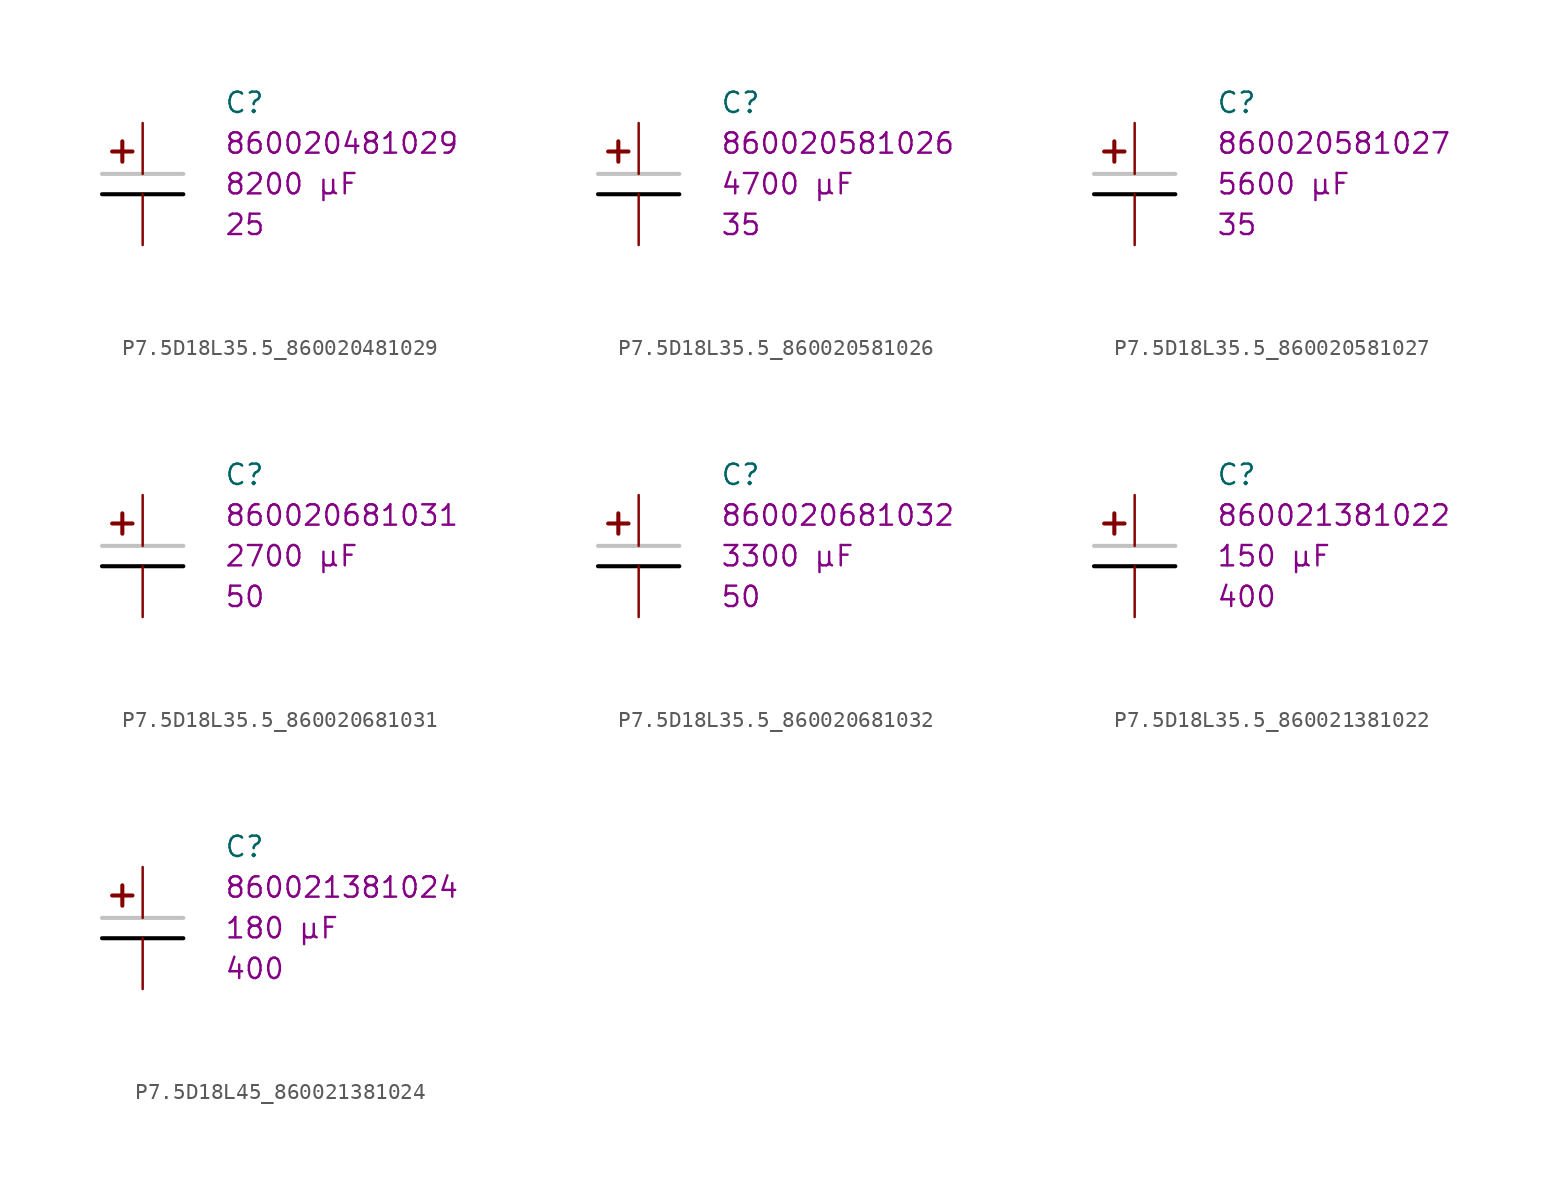
<source format=kicad_sym>
(kicad_symbol_lib
  (version 20220914)
  (generator kicad_symbol_editor)
  (symbol "P7.5D18L35.5_860020481029"
    (pin_numbers hide)
    (pin_names hide)
    (property "Reference" "C"
      (at 5.08 5.08 0)
      (effects (font (size 1.27 1.27)) (justify left)))
    (property "Part Number" "860020481029"
      (at 5.08 2.54 0)
      (effects (font (size 1.27 1.27)) (justify left)))
    (property "Capacitance" "8200 µF"
      (at 5.08 0 0)
      (effects (font (size 1.27 1.27)) (justify left)))
    (property "Voltage" "25"
      (at 5.08 -2.54 0)
      (effects (font (size 1.27 1.27)) (justify left)))
    (property "Critical Parameter" ""
      (at 0 -7.62 0)
      (effects (font (size 1.27 1.27))))
    (symbol "P7.5D18L35.5_860020481029_1_1"
      (polyline (pts (xy -1.27 2.667) (xy -1.27 1.397)) (stroke (width 0.254) (type default)) (fill (type none)))
      (polyline (pts (xy -0.635 2.032) (xy -1.905 2.032)) (stroke (width 0.254) (type default)) (fill (type none)))
      (polyline (pts (xy 2.54 -0.635) (xy -2.54 -0.635)) (stroke (width 0.254) (type default) (color 0 0 0 1)) (fill (type none)))
      (polyline (pts (xy 2.54 0.635) (xy -2.54 0.635)) (stroke (width 0.254) (type default) (color 194 194 194 1)) (fill (type none)))
      (pin passive line (at 0 3.81 270) (length 3.175) (name "1" (effects (font (size 1.27 1.27)))) (number "1" (effects (font (size 1.27 1.27)))))
      (pin passive line (at 0 -3.81 90) (length 3.175) (name "2" (effects (font (size 1.27 1.27)))) (number "2" (effects (font (size 1.27 1.27)))))))
  (symbol "P7.5D18L35.5_860020581026"
    (pin_numbers hide)
    (pin_names hide)
    (property "Reference" "C"
      (at 5.08 5.08 0)
      (effects (font (size 1.27 1.27)) (justify left)))
    (property "Part Number" "860020581026"
      (at 5.08 2.54 0)
      (effects (font (size 1.27 1.27)) (justify left)))
    (property "Capacitance" "4700 µF"
      (at 5.08 0 0)
      (effects (font (size 1.27 1.27)) (justify left)))
    (property "Voltage" "35"
      (at 5.08 -2.54 0)
      (effects (font (size 1.27 1.27)) (justify left)))
    (property "Critical Parameter" ""
      (at 0 -7.62 0)
      (effects (font (size 1.27 1.27))))
    (symbol "P7.5D18L35.5_860020581026_1_1"
      (polyline (pts (xy -1.27 2.667) (xy -1.27 1.397)) (stroke (width 0.254) (type default)) (fill (type none)))
      (polyline (pts (xy -0.635 2.032) (xy -1.905 2.032)) (stroke (width 0.254) (type default)) (fill (type none)))
      (polyline (pts (xy 2.54 -0.635) (xy -2.54 -0.635)) (stroke (width 0.254) (type default) (color 0 0 0 1)) (fill (type none)))
      (polyline (pts (xy 2.54 0.635) (xy -2.54 0.635)) (stroke (width 0.254) (type default) (color 194 194 194 1)) (fill (type none)))
      (pin passive line (at 0 3.81 270) (length 3.175) (name "1" (effects (font (size 1.27 1.27)))) (number "1" (effects (font (size 1.27 1.27)))))
      (pin passive line (at 0 -3.81 90) (length 3.175) (name "2" (effects (font (size 1.27 1.27)))) (number "2" (effects (font (size 1.27 1.27)))))))
  (symbol "P7.5D18L35.5_860020581027"
    (pin_numbers hide)
    (pin_names hide)
    (property "Reference" "C"
      (at 5.08 5.08 0)
      (effects (font (size 1.27 1.27)) (justify left)))
    (property "Part Number" "860020581027"
      (at 5.08 2.54 0)
      (effects (font (size 1.27 1.27)) (justify left)))
    (property "Capacitance" "5600 µF"
      (at 5.08 0 0)
      (effects (font (size 1.27 1.27)) (justify left)))
    (property "Voltage" "35"
      (at 5.08 -2.54 0)
      (effects (font (size 1.27 1.27)) (justify left)))
    (property "Critical Parameter" ""
      (at 0 -7.62 0)
      (effects (font (size 1.27 1.27))))
    (symbol "P7.5D18L35.5_860020581027_1_1"
      (polyline (pts (xy -1.27 2.667) (xy -1.27 1.397)) (stroke (width 0.254) (type default)) (fill (type none)))
      (polyline (pts (xy -0.635 2.032) (xy -1.905 2.032)) (stroke (width 0.254) (type default)) (fill (type none)))
      (polyline (pts (xy 2.54 -0.635) (xy -2.54 -0.635)) (stroke (width 0.254) (type default) (color 0 0 0 1)) (fill (type none)))
      (polyline (pts (xy 2.54 0.635) (xy -2.54 0.635)) (stroke (width 0.254) (type default) (color 194 194 194 1)) (fill (type none)))
      (pin passive line (at 0 3.81 270) (length 3.175) (name "1" (effects (font (size 1.27 1.27)))) (number "1" (effects (font (size 1.27 1.27)))))
      (pin passive line (at 0 -3.81 90) (length 3.175) (name "2" (effects (font (size 1.27 1.27)))) (number "2" (effects (font (size 1.27 1.27)))))))
  (symbol "P7.5D18L35.5_860020681031"
    (pin_numbers hide)
    (pin_names hide)
    (property "Reference" "C"
      (at 5.08 5.08 0)
      (effects (font (size 1.27 1.27)) (justify left)))
    (property "Part Number" "860020681031"
      (at 5.08 2.54 0)
      (effects (font (size 1.27 1.27)) (justify left)))
    (property "Capacitance" "2700 µF"
      (at 5.08 0 0)
      (effects (font (size 1.27 1.27)) (justify left)))
    (property "Voltage" "50"
      (at 5.08 -2.54 0)
      (effects (font (size 1.27 1.27)) (justify left)))
    (property "Critical Parameter" ""
      (at 0 -7.62 0)
      (effects (font (size 1.27 1.27))))
    (symbol "P7.5D18L35.5_860020681031_1_1"
      (polyline (pts (xy -1.27 2.667) (xy -1.27 1.397)) (stroke (width 0.254) (type default)) (fill (type none)))
      (polyline (pts (xy -0.635 2.032) (xy -1.905 2.032)) (stroke (width 0.254) (type default)) (fill (type none)))
      (polyline (pts (xy 2.54 -0.635) (xy -2.54 -0.635)) (stroke (width 0.254) (type default) (color 0 0 0 1)) (fill (type none)))
      (polyline (pts (xy 2.54 0.635) (xy -2.54 0.635)) (stroke (width 0.254) (type default) (color 194 194 194 1)) (fill (type none)))
      (pin passive line (at 0 3.81 270) (length 3.175) (name "1" (effects (font (size 1.27 1.27)))) (number "1" (effects (font (size 1.27 1.27)))))
      (pin passive line (at 0 -3.81 90) (length 3.175) (name "2" (effects (font (size 1.27 1.27)))) (number "2" (effects (font (size 1.27 1.27)))))))
  (symbol "P7.5D18L35.5_860020681032"
    (pin_numbers hide)
    (pin_names hide)
    (property "Reference" "C"
      (at 5.08 5.08 0)
      (effects (font (size 1.27 1.27)) (justify left)))
    (property "Part Number" "860020681032"
      (at 5.08 2.54 0)
      (effects (font (size 1.27 1.27)) (justify left)))
    (property "Capacitance" "3300 µF"
      (at 5.08 0 0)
      (effects (font (size 1.27 1.27)) (justify left)))
    (property "Voltage" "50"
      (at 5.08 -2.54 0)
      (effects (font (size 1.27 1.27)) (justify left)))
    (property "Critical Parameter" ""
      (at 0 -7.62 0)
      (effects (font (size 1.27 1.27))))
    (symbol "P7.5D18L35.5_860020681032_1_1"
      (polyline (pts (xy -1.27 2.667) (xy -1.27 1.397)) (stroke (width 0.254) (type default)) (fill (type none)))
      (polyline (pts (xy -0.635 2.032) (xy -1.905 2.032)) (stroke (width 0.254) (type default)) (fill (type none)))
      (polyline (pts (xy 2.54 -0.635) (xy -2.54 -0.635)) (stroke (width 0.254) (type default) (color 0 0 0 1)) (fill (type none)))
      (polyline (pts (xy 2.54 0.635) (xy -2.54 0.635)) (stroke (width 0.254) (type default) (color 194 194 194 1)) (fill (type none)))
      (pin passive line (at 0 3.81 270) (length 3.175) (name "1" (effects (font (size 1.27 1.27)))) (number "1" (effects (font (size 1.27 1.27)))))
      (pin passive line (at 0 -3.81 90) (length 3.175) (name "2" (effects (font (size 1.27 1.27)))) (number "2" (effects (font (size 1.27 1.27)))))))
  (symbol "P7.5D18L35.5_860021381022"
    (pin_numbers hide)
    (pin_names hide)
    (property "Reference" "C"
      (at 5.08 5.08 0)
      (effects (font (size 1.27 1.27)) (justify left)))
    (property "Part Number" "860021381022"
      (at 5.08 2.54 0)
      (effects (font (size 1.27 1.27)) (justify left)))
    (property "Capacitance" "150 µF"
      (at 5.08 0 0)
      (effects (font (size 1.27 1.27)) (justify left)))
    (property "Voltage" "400"
      (at 5.08 -2.54 0)
      (effects (font (size 1.27 1.27)) (justify left)))
    (property "Critical Parameter" ""
      (at 0 -7.62 0)
      (effects (font (size 1.27 1.27))))
    (symbol "P7.5D18L35.5_860021381022_1_1"
      (polyline (pts (xy -1.27 2.667) (xy -1.27 1.397)) (stroke (width 0.254) (type default)) (fill (type none)))
      (polyline (pts (xy -0.635 2.032) (xy -1.905 2.032)) (stroke (width 0.254) (type default)) (fill (type none)))
      (polyline (pts (xy 2.54 -0.635) (xy -2.54 -0.635)) (stroke (width 0.254) (type default) (color 0 0 0 1)) (fill (type none)))
      (polyline (pts (xy 2.54 0.635) (xy -2.54 0.635)) (stroke (width 0.254) (type default) (color 194 194 194 1)) (fill (type none)))
      (pin passive line (at 0 3.81 270) (length 3.175) (name "1" (effects (font (size 1.27 1.27)))) (number "1" (effects (font (size 1.27 1.27)))))
      (pin passive line (at 0 -3.81 90) (length 3.175) (name "2" (effects (font (size 1.27 1.27)))) (number "2" (effects (font (size 1.27 1.27)))))))
  (symbol "P7.5D18L45_860021381024"
    (pin_numbers hide)
    (pin_names hide)
    (property "Reference" "C"
      (at 5.08 5.08 0)
      (effects (font (size 1.27 1.27)) (justify left)))
    (property "Part Number" "860021381024"
      (at 5.08 2.54 0)
      (effects (font (size 1.27 1.27)) (justify left)))
    (property "Capacitance" "180 µF"
      (at 5.08 0 0)
      (effects (font (size 1.27 1.27)) (justify left)))
    (property "Voltage" "400"
      (at 5.08 -2.54 0)
      (effects (font (size 1.27 1.27)) (justify left)))
    (property "Critical Parameter" ""
      (at 0 -7.62 0)
      (effects (font (size 1.27 1.27))))
    (symbol "P7.5D18L45_860021381024_1_1"
      (polyline (pts (xy -1.27 2.667) (xy -1.27 1.397)) (stroke (width 0.254) (type default)) (fill (type none)))
      (polyline (pts (xy -0.635 2.032) (xy -1.905 2.032)) (stroke (width 0.254) (type default)) (fill (type none)))
      (polyline (pts (xy 2.54 -0.635) (xy -2.54 -0.635)) (stroke (width 0.254) (type default) (color 0 0 0 1)) (fill (type none)))
      (polyline (pts (xy 2.54 0.635) (xy -2.54 0.635)) (stroke (width 0.254) (type default) (color 194 194 194 1)) (fill (type none)))
      (pin passive line (at 0 3.81 270) (length 3.175) (name "1" (effects (font (size 1.27 1.27)))) (number "1" (effects (font (size 1.27 1.27)))))
      (pin passive line (at 0 -3.81 90) (length 3.175) (name "2" (effects (font (size 1.27 1.27)))) (number "2" (effects (font (size 1.27 1.27))))))))
</source>
